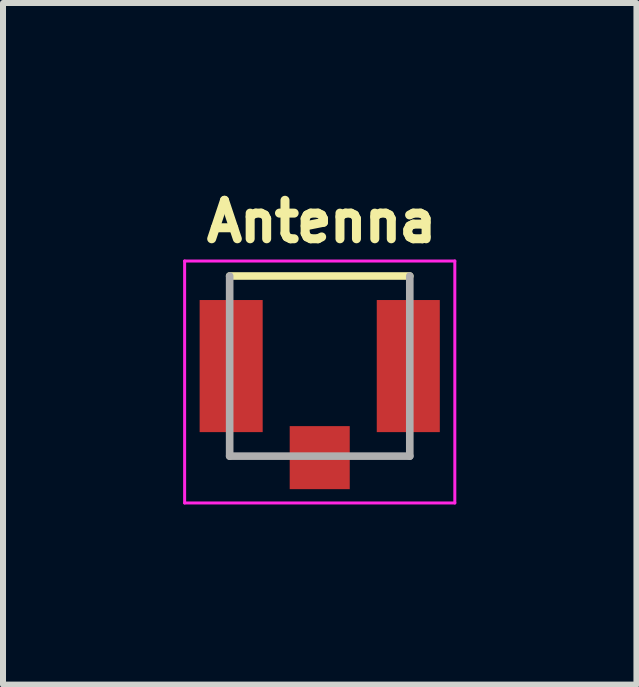
<source format=kicad_pcb>
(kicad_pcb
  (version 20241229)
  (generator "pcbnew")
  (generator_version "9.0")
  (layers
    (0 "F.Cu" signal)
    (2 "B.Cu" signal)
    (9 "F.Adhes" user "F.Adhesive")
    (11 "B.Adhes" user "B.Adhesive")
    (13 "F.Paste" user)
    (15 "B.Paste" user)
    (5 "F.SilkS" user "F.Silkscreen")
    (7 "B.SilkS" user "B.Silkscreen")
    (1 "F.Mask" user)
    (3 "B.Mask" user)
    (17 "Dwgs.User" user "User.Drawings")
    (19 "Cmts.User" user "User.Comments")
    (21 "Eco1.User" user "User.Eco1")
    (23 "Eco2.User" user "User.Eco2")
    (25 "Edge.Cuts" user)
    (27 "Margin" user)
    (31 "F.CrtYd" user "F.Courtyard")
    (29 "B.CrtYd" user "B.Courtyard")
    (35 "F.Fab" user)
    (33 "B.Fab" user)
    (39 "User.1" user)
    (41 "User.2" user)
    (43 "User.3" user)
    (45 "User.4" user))
  (footprint "Antenna"
    (layer "F.Cu")
    (at 2.275 3.047)
    (property "Reference" "Antenna" (at 0.032 -2.409 0) (layer "F.SilkS") (effects (font (size 0.641 0.641) (thickness 0.15))))
    (attr smd)
    (fp_line (start -1.5 -1.5) (end 1.5 -1.5) (stroke (width 0.127) (type solid)) (layer "F.SilkS"))
    (fp_line (start -2.25 -1.75) (end 2.25 -1.75) (stroke (width 0.05) (type solid)) (layer "F.CrtYd"))
    (fp_line (start -2.25 2.28) (end -2.25 -1.75) (stroke (width 0.05) (type solid)) (layer "F.CrtYd"))
    (fp_line (start 2.25 -1.75) (end 2.25 2.28) (stroke (width 0.05) (type solid)) (layer "F.CrtYd"))
    (fp_line (start 2.25 2.28) (end -2.25 2.28) (stroke (width 0.05) (type solid)) (layer "F.CrtYd"))
    (fp_line (start -1.5 1.5) (end -1.5 -1.5) (stroke (width 0.127) (type solid)) (layer "F.Fab"))
    (fp_line (start 1.5 -1.5) (end 1.5 1.5) (stroke (width 0.127) (type solid)) (layer "F.Fab"))
    (fp_line (start 1.5 1.5) (end -1.5 1.5) (stroke (width 0.127) (type solid)) (layer "F.Fab"))
    (pad "1" smd rect (at 0 1.525) (size 1 1.05) (layers "F.Cu" "F.Mask" "F.Paste"))
    (pad "2" smd rect (at -1.475 0) (size 1.05 2.2) (layers "F.Cu" "F.Mask" "F.Paste"))
    (pad "3" smd rect (at 1.475 0) (size 1.05 2.2) (layers "F.Cu" "F.Mask" "F.Paste")))
  (gr_rect
    (start -3 -3)
    (end 7.55 8.352)
    (stroke (width 0.1) (type default))
    (fill no)
    (layer "Edge.Cuts")))
</source>
